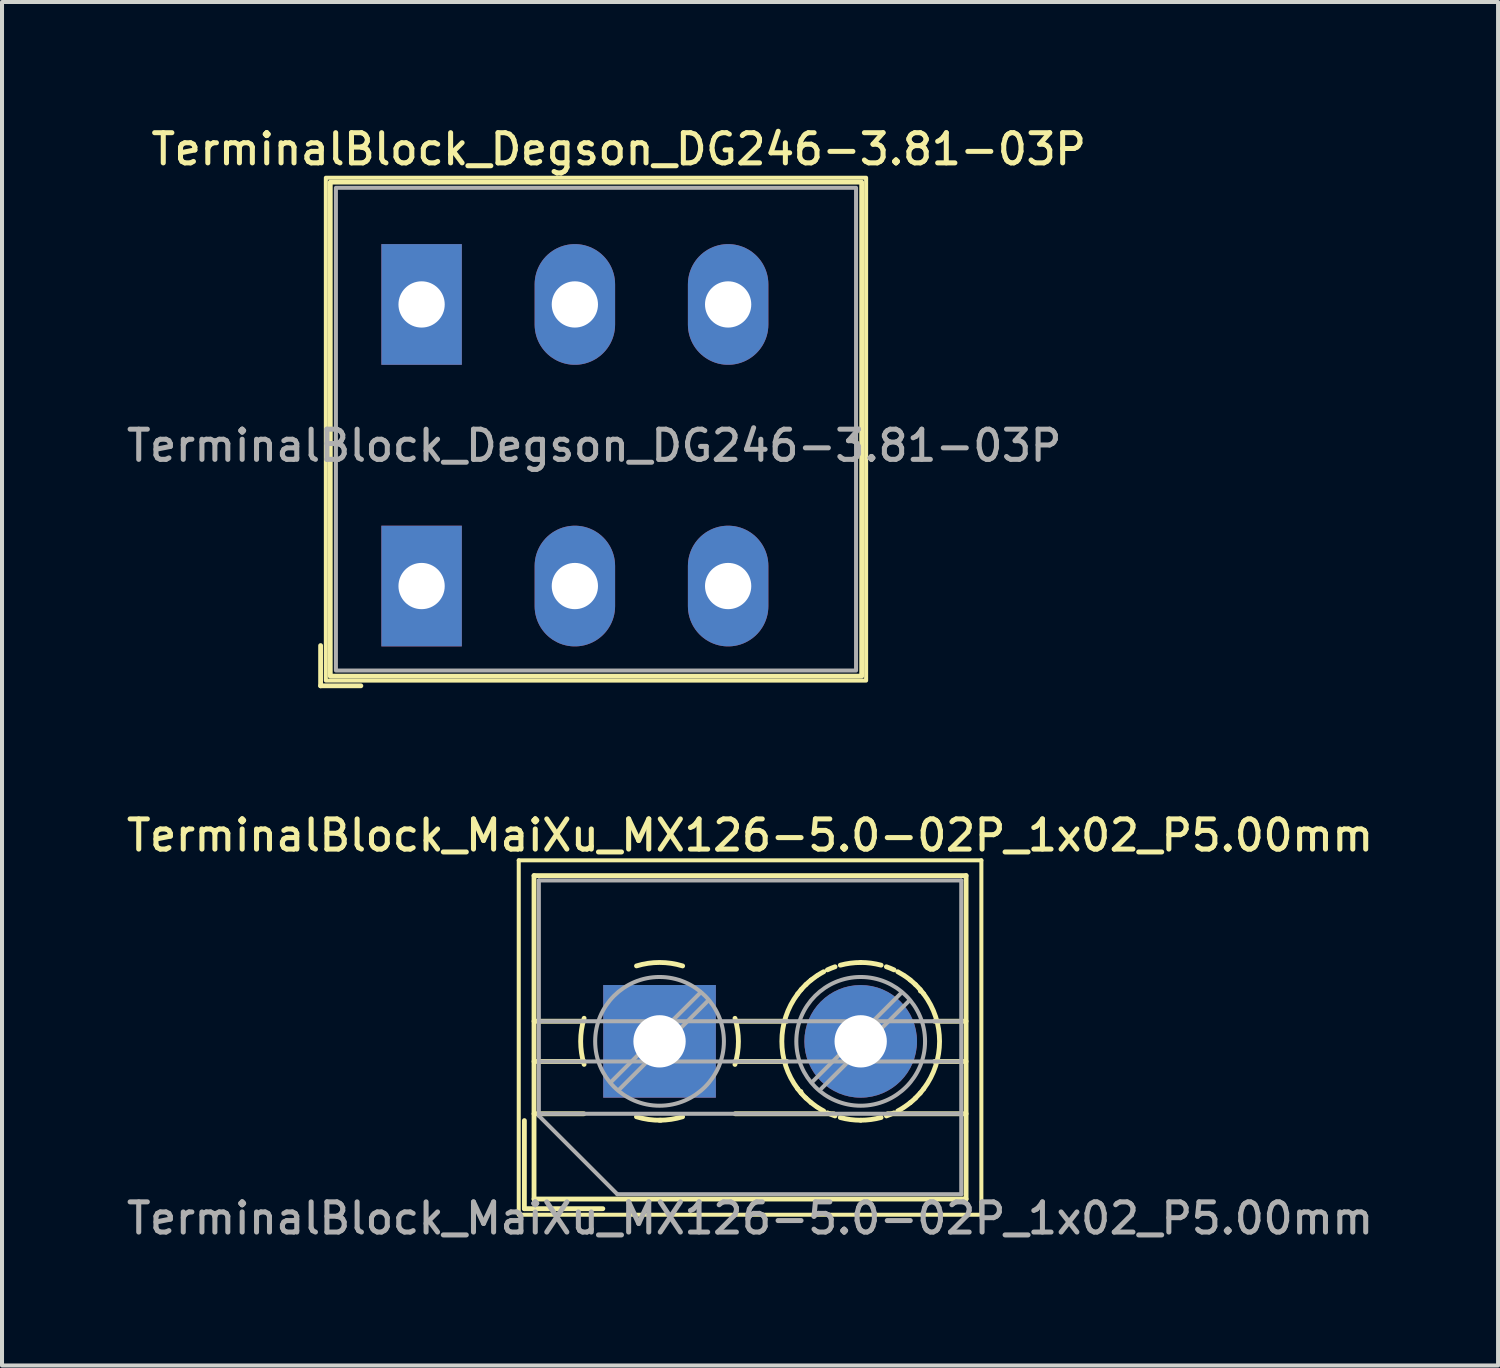
<source format=kicad_pcb>
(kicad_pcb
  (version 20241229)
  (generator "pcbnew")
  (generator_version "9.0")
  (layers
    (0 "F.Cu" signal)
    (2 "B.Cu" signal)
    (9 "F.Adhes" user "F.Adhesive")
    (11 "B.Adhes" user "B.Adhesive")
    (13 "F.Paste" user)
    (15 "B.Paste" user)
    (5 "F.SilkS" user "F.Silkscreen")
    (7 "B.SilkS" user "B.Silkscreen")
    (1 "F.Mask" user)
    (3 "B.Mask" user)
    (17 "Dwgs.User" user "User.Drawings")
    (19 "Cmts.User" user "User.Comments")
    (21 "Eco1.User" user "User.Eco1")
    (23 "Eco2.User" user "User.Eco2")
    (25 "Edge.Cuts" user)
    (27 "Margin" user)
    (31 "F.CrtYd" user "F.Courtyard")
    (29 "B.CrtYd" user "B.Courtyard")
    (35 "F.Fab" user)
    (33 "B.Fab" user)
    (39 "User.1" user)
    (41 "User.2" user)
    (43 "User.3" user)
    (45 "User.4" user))
  (footprint "TerminalBlock_Degson_DG246-3.81-03P"
    (layer "F.Cu")
    (at 7.43 4.518)
    (property "Reference" "TerminalBlock_Degson_DG246-3.81-03P" (at 4.9 -3.86 0) (layer "F.SilkS") (effects (font (size 0.75 0.75) (thickness 0.125))))
    (attr through_hole)
    (fp_line (start -2.51 8.48) (end -2.51 9.48) (stroke (width 0.12) (type solid)) (layer "F.SilkS"))
    (fp_line (start -2.51 9.48) (end -1.51 9.48) (stroke (width 0.12) (type solid)) (layer "F.SilkS"))
    (fp_rect (start -2.38 -3.15) (end 11.05 9.35) (stroke (width 0.1) (type default)) (fill no) (layer "F.SilkS"))
    (fp_rect (start -2.27 -3.04) (end 10.94 9.24) (stroke (width 0.12) (type default)) (fill no) (layer "F.SilkS"))
    (fp_rect (start -2.13 -2.9) (end 10.8 9.1) (stroke (width 0.1) (type default)) (fill no) (layer "F.Fab"))
    (fp_text user "${REFERENCE}" (at 4.29 3.51 0) (layer "F.Fab") (effects (font (size 0.75 0.75) (thickness 0.125))))
    (pad "1" thru_hole rect (at 0 0) (size 2 3) (drill 1.15) (layers "*.Cu" "*.Mask"))
    (pad "1" thru_hole rect (at 0 7) (size 2 3) (drill 1.15) (layers "*.Cu" "*.Mask"))
    (pad "2" thru_hole oval (at 3.81 0) (size 2 3) (drill 1.15) (layers "*.Cu" "*.Mask"))
    (pad "2" thru_hole oval (at 3.81 7) (size 2 3) (drill 1.15) (layers "*.Cu" "*.Mask"))
    (pad "3" thru_hole oval (at 7.62 0) (size 2 3) (drill 1.15) (layers "*.Cu" "*.Mask"))
    (pad "3" thru_hole oval (at 7.62 7) (size 2 3) (drill 1.15) (layers "*.Cu" "*.Mask")))
  (footprint "TerminalBlock_MaiXu_MX126-5.0-02P_1x02_P5.00mm"
    (layer "F.Cu")
    (at 13.345 22.836)
    (property "Reference" "TerminalBlock_MaiXu_MX126-5.0-02P_1x02_P5.00mm" (at 2.25 -5.12 0) (layer "F.SilkS") (effects (font (size 0.75 0.75) (thickness 0.125))))
    (attr through_hole)
    (fp_line (start -3.5 -4.5) (end -3.5 4.31) (stroke (width 0.1) (type solid)) (layer "F.SilkS"))
    (fp_line (start -3.5 4.31) (end 8 4.31) (stroke (width 0.1) (type solid)) (layer "F.SilkS"))
    (fp_line (start -3.36 1.97) (end -3.36 4.16) (stroke (width 0.12) (type solid)) (layer "F.SilkS"))
    (fp_line (start -3.36 4.16) (end -1.41 4.16) (stroke (width 0.12) (type solid)) (layer "F.SilkS"))
    (fp_line (start -3.12 -4.12) (end -3.12 3.92) (stroke (width 0.12) (type solid)) (layer "F.SilkS"))
    (fp_line (start -3.12 -4.12) (end 7.62 -4.12) (stroke (width 0.12) (type solid)) (layer "F.SilkS"))
    (fp_line (start -3.12 -0.5) (end -1.88 -0.5) (stroke (width 0.12) (type solid)) (layer "F.SilkS"))
    (fp_line (start -3.12 0.5) (end -1.88 0.5) (stroke (width 0.12) (type solid)) (layer "F.SilkS"))
    (fp_line (start -3.12 1.8) (end -1.88 1.8) (stroke (width 0.12) (type solid)) (layer "F.SilkS"))
    (fp_line (start -3.12 3.92) (end 7.62 3.92) (stroke (width 0.12) (type solid)) (layer "F.SilkS"))
    (fp_line (start 1.88 -0.5) (end 3.165 -0.5) (stroke (width 0.12) (type solid)) (layer "F.SilkS"))
    (fp_line (start 1.88 0.5) (end 3.165 0.5) (stroke (width 0.12) (type solid)) (layer "F.SilkS"))
    (fp_line (start 1.88 1.8) (end 4.331 1.8) (stroke (width 0.12) (type solid)) (layer "F.SilkS"))
    (fp_line (start 3.514 1.248) (end 3.514 1.248) (stroke (width 0.12) (type solid)) (layer "F.SilkS"))
    (fp_line (start 5.67 1.8) (end 7.62 1.8) (stroke (width 0.12) (type solid)) (layer "F.SilkS"))
    (fp_line (start 6.487 -1.248) (end 6.487 -1.248) (stroke (width 0.12) (type solid)) (layer "F.SilkS"))
    (fp_line (start 6.836 -0.5) (end 7.62 -0.5) (stroke (width 0.12) (type solid)) (layer "F.SilkS"))
    (fp_line (start 6.836 0.5) (end 7.62 0.5) (stroke (width 0.12) (type solid)) (layer "F.SilkS"))
    (fp_line (start 7.62 -4.12) (end 7.62 3.92) (stroke (width 0.12) (type solid)) (layer "F.SilkS"))
    (fp_line (start 8 -4.5) (end -3.5 -4.5) (stroke (width 0.1) (type solid)) (layer "F.SilkS"))
    (fp_line (start 8 4.31) (end 8 -4.5) (stroke (width 0.1) (type solid)) (layer "F.SilkS"))
    (fp_arc (start -1.875422 0.572619) (mid -1.960893 -0.000722) (end -1.875 -0.574) (stroke (width 0.12) (type solid)) (layer "F.SilkS"))
    (fp_arc (start -0.572619 -1.875422) (mid 0.000722 -1.960893) (end 0.574 -1.875) (stroke (width 0.12) (type solid)) (layer "F.SilkS"))
    (fp_arc (start 0.0335 1.960607) (mid -0.273618 1.941709) (end -0.574 1.875) (stroke (width 0.12) (type solid)) (layer "F.SilkS"))
    (fp_arc (start 0.573049 1.874357) (mid 0.289706 1.938471) (end 0 1.96) (stroke (width 0.12) (type solid)) (layer "F.SilkS"))
    (fp_arc (start 1.875422 -0.572619) (mid 1.960893 0.000722) (end 1.875 0.574) (stroke (width 0.12) (type solid)) (layer "F.SilkS"))
    (fp_arc (start 3.434339 1.179122) (mid 3.039994 -0.000549) (end 3.435 -1.18) (stroke (width 0.12) (type solid)) (layer "F.SilkS"))
    (fp_arc (start 3.434826 -1.180695) (mid 3.476985 -1.2346) (end 3.521 -1.287) (stroke (width 0.12) (type solid)) (layer "F.SilkS"))
    (fp_arc (start 3.521125 1.286294) (mid 3.477135 1.233899) (end 3.435 1.18) (stroke (width 0.12) (type solid)) (layer "F.SilkS"))
    (fp_arc (start 3.521202 -1.287012) (mid 3.578748 -1.350291) (end 3.639 -1.411) (stroke (width 0.12) (type solid)) (layer "F.SilkS"))
    (fp_arc (start 3.63871 1.41001) (mid 3.578502 1.349289) (end 3.521 1.286) (stroke (width 0.12) (type solid)) (layer "F.SilkS"))
    (fp_arc (start 3.638867 -1.410738) (mid 3.701698 -1.468767) (end 3.767 -1.524) (stroke (width 0.12) (type solid)) (layer "F.SilkS"))
    (fp_arc (start 3.767069 1.523253) (mid 3.701799 1.468024) (end 3.639 1.41) (stroke (width 0.12) (type solid)) (layer "F.SilkS"))
    (fp_arc (start 3.767452 -1.524377) (mid 3.835117 -1.576689) (end 3.905 -1.626) (stroke (width 0.12) (type solid)) (layer "F.SilkS"))
    (fp_arc (start 3.904517 1.625664) (mid 3.834649 1.576332) (end 3.767 1.524) (stroke (width 0.12) (type solid)) (layer "F.SilkS"))
    (fp_arc (start 3.93363 -1.644317) (mid 4.00637 -1.689266) (end 4.081 -1.731) (stroke (width 0.12) (type solid)) (layer "F.SilkS"))
    (fp_arc (start 4.080344 1.730739) (mid 4.005726 1.688977) (end 3.933 1.644) (stroke (width 0.12) (type solid)) (layer "F.SilkS"))
    (fp_arc (start 4.172694 -1.777259) (mid 4.266842 -1.818121) (end 4.363 -1.854) (stroke (width 0.12) (type solid)) (layer "F.SilkS"))
    (fp_arc (start 4.362283 1.853815) (mid 4.266136 1.817899) (end 4.172 1.777) (stroke (width 0.12) (type solid)) (layer "F.SilkS"))
    (fp_arc (start 4.493681 -1.893473) (mid 4.74516 -1.943362) (end 5.001 -1.96) (stroke (width 0.12) (type solid)) (layer "F.SilkS"))
    (fp_arc (start 5.000479 1.960685) (mid 4.744554 1.943973) (end 4.493 1.894) (stroke (width 0.12) (type solid)) (layer "F.SilkS"))
    (fp_arc (start 5.000487 -1.960944) (mid 5.256437 -1.944104) (end 5.508 -1.894) (stroke (width 0.12) (type solid)) (layer "F.SilkS"))
    (fp_arc (start 5.507285 1.893215) (mid 5.255831 1.943232) (end 5 1.96) (stroke (width 0.12) (type solid)) (layer "F.SilkS"))
    (fp_arc (start 5.638712 -1.85392) (mid 5.734863 -1.817951) (end 5.829 -1.777) (stroke (width 0.12) (type solid)) (layer "F.SilkS"))
    (fp_arc (start 5.829295 1.77705) (mid 5.735155 1.818016) (end 5.639 1.854) (stroke (width 0.12) (type solid)) (layer "F.SilkS"))
    (fp_arc (start 5.920652 -1.730826) (mid 5.995273 -1.689021) (end 6.068 -1.644) (stroke (width 0.12) (type solid)) (layer "F.SilkS"))
    (fp_arc (start 6.068362 1.644143) (mid 5.995629 1.689179) (end 5.921 1.731) (stroke (width 0.12) (type solid)) (layer "F.SilkS"))
    (fp_arc (start 6.096479 -1.625751) (mid 6.16635 -1.576376) (end 6.234 -1.524) (stroke (width 0.12) (type solid)) (layer "F.SilkS"))
    (fp_arc (start 6.233457 1.523294) (mid 6.165838 1.575647) (end 6.096 1.625) (stroke (width 0.12) (type solid)) (layer "F.SilkS"))
    (fp_arc (start 6.233928 -1.523341) (mid 6.2992 -1.468068) (end 6.362 -1.41) (stroke (width 0.12) (type solid)) (layer "F.SilkS"))
    (fp_arc (start 6.36213 1.410651) (mid 6.299301 1.468723) (end 6.234 1.524) (stroke (width 0.12) (type solid)) (layer "F.SilkS"))
    (fp_arc (start 6.362286 -1.410097) (mid 6.422497 -1.349333) (end 6.48 -1.286) (stroke (width 0.12) (type solid)) (layer "F.SilkS"))
    (fp_arc (start 6.479707 1.285928) (mid 6.422207 1.349248) (end 6.362 1.41) (stroke (width 0.12) (type solid)) (layer "F.SilkS"))
    (fp_arc (start 6.479873 -1.286364) (mid 6.523865 -1.233934) (end 6.566 -1.18) (stroke (width 0.12) (type solid)) (layer "F.SilkS"))
    (fp_arc (start 6.565937 -1.180084) (mid 6.960805 -0.000052) (end 6.566 1.18) (stroke (width 0.12) (type solid)) (layer "F.SilkS"))
    (fp_arc (start 6.566102 1.179628) (mid 6.523979 1.233565) (end 6.48 1.286) (stroke (width 0.12) (type solid)) (layer "F.SilkS"))
    (fp_line (start -3 -4) (end 7.5 -4) (stroke (width 0.1) (type solid)) (layer "F.Fab"))
    (fp_line (start -3 -0.5) (end 7.5 -0.5) (stroke (width 0.1) (type solid)) (layer "F.Fab"))
    (fp_line (start -3 0.5) (end 7.5 0.5) (stroke (width 0.1) (type solid)) (layer "F.Fab"))
    (fp_line (start -3 1.8) (end 7.5 1.8) (stroke (width 0.1) (type solid)) (layer "F.Fab"))
    (fp_line (start -3 1.85) (end -3 -4) (stroke (width 0.1) (type solid)) (layer "F.Fab"))
    (fp_line (start -1.05 3.8) (end -3 1.85) (stroke (width 0.1) (type solid)) (layer "F.Fab"))
    (fp_line (start 1.019 -1.214) (end -1.214 1.018) (stroke (width 0.1) (type solid)) (layer "F.Fab"))
    (fp_line (start 1.214 -1.019) (end -1.019 1.214) (stroke (width 0.1) (type solid)) (layer "F.Fab"))
    (fp_line (start 6.019 -1.214) (end 3.787 1.018) (stroke (width 0.1) (type solid)) (layer "F.Fab"))
    (fp_line (start 6.214 -1.019) (end 3.982 1.214) (stroke (width 0.1) (type solid)) (layer "F.Fab"))
    (fp_line (start 7.5 -4) (end 7.5 3.8) (stroke (width 0.1) (type solid)) (layer "F.Fab"))
    (fp_line (start 7.5 3.8) (end -1.05 3.8) (stroke (width 0.1) (type solid)) (layer "F.Fab"))
    (fp_circle (center 0 0) (end 1.6 0) (stroke (width 0.1) (type solid)) (fill no) (layer "F.Fab"))
    (fp_circle (center 5 0) (end 6.6 0) (stroke (width 0.1) (type solid)) (fill no) (layer "F.Fab"))
    (fp_text user "${REFERENCE}" (at 2.25 4.4 0) (layer "F.Fab") (effects (font (size 0.75 0.75) (thickness 0.125))))
    (pad "1" thru_hole rect (at 0 0) (size 2.8 2.8) (drill 1.3) (layers "*.Cu" "*.Mask"))
    (pad "2" thru_hole circle (at 5 0) (size 2.8 2.8) (drill 1.3) (layers "*.Cu" "*.Mask")))
  (gr_rect
    (start -3 -3)
    (end 34.189 30.894)
    (stroke (width 0.1) (type default))
    (fill no)
    (layer "Edge.Cuts")))
</source>
